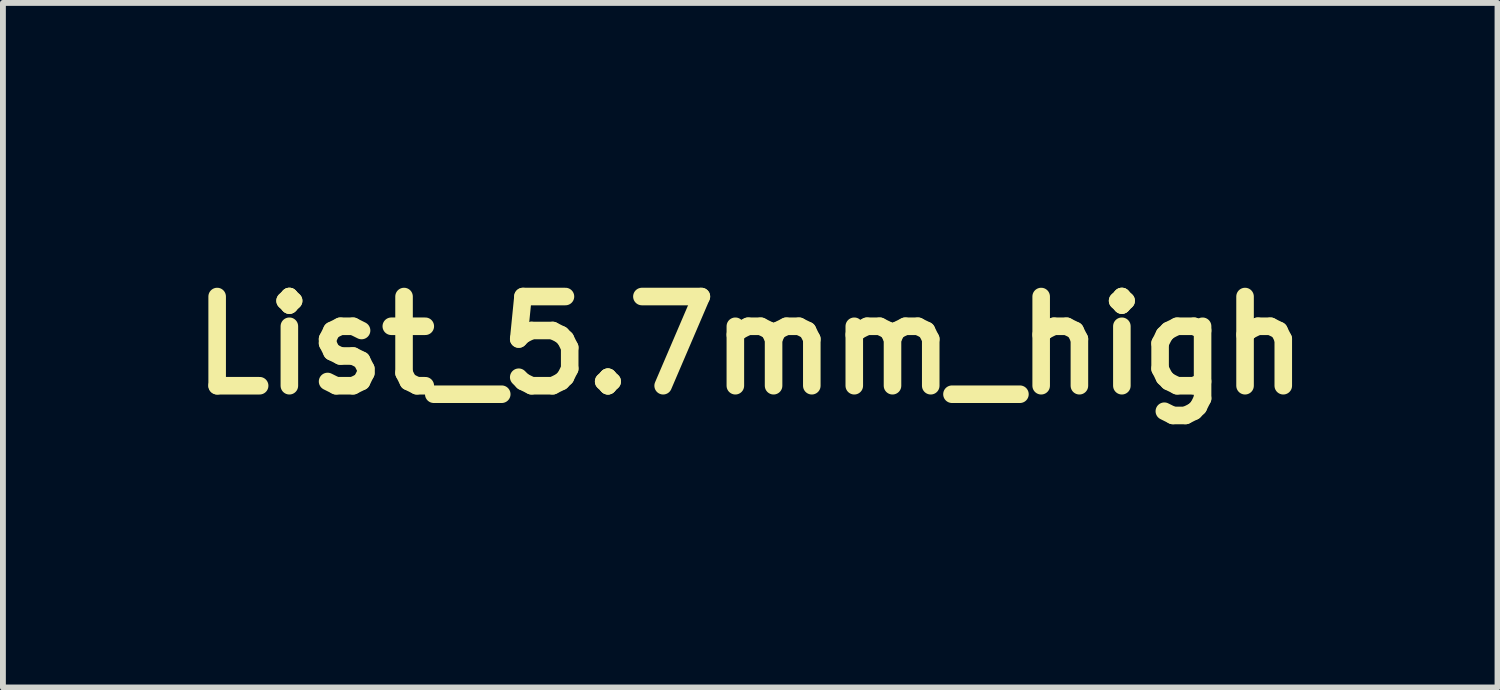
<source format=kicad_pcb>
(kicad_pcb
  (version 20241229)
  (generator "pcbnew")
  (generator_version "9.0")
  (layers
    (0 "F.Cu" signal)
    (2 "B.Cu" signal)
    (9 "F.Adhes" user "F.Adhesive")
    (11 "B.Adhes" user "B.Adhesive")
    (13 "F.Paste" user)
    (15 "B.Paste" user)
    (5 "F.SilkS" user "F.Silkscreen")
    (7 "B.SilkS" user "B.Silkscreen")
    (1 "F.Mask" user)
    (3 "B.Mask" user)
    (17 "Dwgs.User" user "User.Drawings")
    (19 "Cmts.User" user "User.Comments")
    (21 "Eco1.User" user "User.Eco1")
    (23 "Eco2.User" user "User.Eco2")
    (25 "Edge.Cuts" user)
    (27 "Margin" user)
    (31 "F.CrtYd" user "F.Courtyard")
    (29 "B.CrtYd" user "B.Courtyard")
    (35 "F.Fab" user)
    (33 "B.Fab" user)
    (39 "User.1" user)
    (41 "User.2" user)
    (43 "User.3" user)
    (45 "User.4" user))
  (footprint "List_5.7mm_high"
    (layer "F.Cu")
    (at 9.768 2.851)
    (property "Reference" "List_5.7mm_high" (at 0 0 0) (layer "F.SilkS") (effects (font (size 1.524 1.524) (thickness 0.3))))
    (attr board_only exclude_from_pos_files exclude_from_bom)
    (fp_poly (pts (xy -0.703 -2.84) (xy -0.577 -2.806) (xy -0.464 -2.753) (xy -0.366 -2.682) (xy -0.287 -2.596) (xy -0.229 -2.496) (xy -0.195 -2.385) (xy -0.191 -2.363) (xy -0.187 -2.229) (xy -0.209 -2.103) (xy -0.257 -1.988) (xy -0.328 -1.886) (xy -0.421 -1.798) (xy -0.534 -1.728) (xy -0.666 -1.678) (xy -0.687 -1.672) (xy -0.769 -1.658) (xy -0.865 -1.652) (xy -0.965 -1.654) (xy -1.055 -1.664) (xy -1.098 -1.673) (xy -1.222 -1.72) (xy -1.331 -1.789) (xy -1.423 -1.877) (xy -1.494 -1.98) (xy -1.5 -1.993) (xy -1.519 -2.035) (xy -1.531 -2.071) (xy -1.538 -2.111) (xy -1.541 -2.164) (xy -1.541 -2.229) (xy -1.541 -2.3) (xy -1.537 -2.351) (xy -1.53 -2.391) (xy -1.517 -2.43) (xy -1.497 -2.475) (xy -1.428 -2.587) (xy -1.338 -2.681) (xy -1.229 -2.756) (xy -1.104 -2.81) (xy -0.965 -2.842) (xy -0.839 -2.851)) (stroke (width 0) (type solid)) (fill yes) (layer "F.Mask"))
    (fp_poly (pts (xy -0.94 -1.056) (xy -0.807 -1.055) (xy -0.701 -1.054) (xy -0.619 -1.052) (xy -0.561 -1.049) (xy -0.524 -1.046) (xy -0.508 -1.042) (xy -0.507 -1.04) (xy -0.509 -1.024) (xy -0.518 -0.982) (xy -0.532 -0.915) (xy -0.55 -0.826) (xy -0.573 -0.717) (xy -0.6 -0.589) (xy -0.63 -0.446) (xy -0.663 -0.289) (xy -0.699 -0.119) (xy -0.736 0.06) (xy -0.775 0.244) (xy -0.825 0.479) (xy -0.869 0.687) (xy -0.907 0.87) (xy -0.94 1.03) (xy -0.968 1.169) (xy -0.992 1.288) (xy -1.011 1.389) (xy -1.025 1.475) (xy -1.036 1.545) (xy -1.043 1.604) (xy -1.047 1.651) (xy -1.048 1.689) (xy -1.046 1.719) (xy -1.041 1.744) (xy -1.035 1.765) (xy -1.026 1.783) (xy -1.02 1.793) (xy -0.974 1.845) (xy -0.905 1.883) (xy -0.818 1.905) (xy -0.716 1.911) (xy -0.603 1.9) (xy -0.52 1.883) (xy -0.465 1.87) (xy -0.422 1.862) (xy -0.396 1.859) (xy -0.393 1.86) (xy -0.394 1.875) (xy -0.4 1.915) (xy -0.411 1.974) (xy -0.426 2.049) (xy -0.443 2.135) (xy -0.463 2.228) (xy -0.483 2.324) (xy -0.503 2.419) (xy -0.522 2.507) (xy -0.54 2.586) (xy -0.555 2.651) (xy -0.567 2.697) (xy -0.574 2.721) (xy -0.575 2.723) (xy -0.595 2.731) (xy -0.638 2.743) (xy -0.699 2.756) (xy -0.773 2.771) (xy -0.853 2.786) (xy -0.935 2.799) (xy -1.013 2.811) (xy -1.082 2.82) (xy -1.098 2.822) (xy -1.292 2.834) (xy -1.463 2.829) (xy -1.541 2.821) (xy -1.673 2.792) (xy -1.802 2.744) (xy -1.919 2.682) (xy -2.018 2.608) (xy -2.05 2.578) (xy -2.126 2.487) (xy -2.183 2.386) (xy -2.224 2.274) (xy -2.25 2.145) (xy -2.261 1.995) (xy -2.262 1.932) (xy -2.261 1.85) (xy -2.257 1.768) (xy -2.249 1.681) (xy -2.238 1.587) (xy -2.223 1.483) (xy -2.203 1.364) (xy -2.178 1.228) (xy -2.146 1.072) (xy -2.109 0.892) (xy -2.098 0.839) (xy -2.041 0.569) (xy -1.99 0.326) (xy -1.944 0.109) (xy -1.903 -0.085) (xy -1.867 -0.255) (xy -1.836 -0.404) (xy -1.808 -0.533) (xy -1.785 -0.642) (xy -1.765 -0.735) (xy -1.749 -0.811) (xy -1.736 -0.873) (xy -1.725 -0.921) (xy -1.717 -0.957) (xy -1.711 -0.983) (xy -1.707 -0.999) (xy -1.707 -1.002) (xy -1.692 -1.057) (xy -1.099 -1.057)) (stroke (width 0) (type solid)) (fill yes) (layer "F.Mask"))
    (fp_poly (pts (xy -4.415 -2.576) (xy -4.295 -2.575) (xy -4.187 -2.574) (xy -4.095 -2.572) (xy -4.021 -2.571) (xy -3.969 -2.568) (xy -3.941 -2.566) (xy -3.937 -2.565) (xy -3.94 -2.55) (xy -3.948 -2.508) (xy -3.962 -2.44) (xy -3.981 -2.35) (xy -4.005 -2.237) (xy -4.033 -2.103) (xy -4.065 -1.95) (xy -4.101 -1.78) (xy -4.141 -1.594) (xy -4.183 -1.394) (xy -4.228 -1.181) (xy -4.276 -0.957) (xy -4.325 -0.723) (xy -4.377 -0.48) (xy -4.393 -0.406) (xy -4.444 -0.161) (xy -4.495 0.075) (xy -4.543 0.303) (xy -4.589 0.52) (xy -4.632 0.724) (xy -4.672 0.915) (xy -4.709 1.09) (xy -4.743 1.248) (xy -4.772 1.387) (xy -4.797 1.506) (xy -4.818 1.604) (xy -4.833 1.679) (xy -4.843 1.729) (xy -4.848 1.752) (xy -4.848 1.754) (xy -4.834 1.756) (xy -4.794 1.758) (xy -4.729 1.759) (xy -4.642 1.761) (xy -4.536 1.763) (xy -4.412 1.764) (xy -4.274 1.765) (xy -4.123 1.765) (xy -3.963 1.766) (xy -3.872 1.766) (xy -3.679 1.766) (xy -3.513 1.766) (xy -3.372 1.766) (xy -3.255 1.767) (xy -3.158 1.768) (xy -3.08 1.769) (xy -3.018 1.77) (xy -2.972 1.772) (xy -2.939 1.774) (xy -2.917 1.777) (xy -2.903 1.781) (xy -2.896 1.785) (xy -2.895 1.789) (xy -2.895 1.789) (xy -2.897 1.808) (xy -2.905 1.851) (xy -2.918 1.914) (xy -2.934 1.993) (xy -2.952 2.083) (xy -2.972 2.181) (xy -2.993 2.283) (xy -3.014 2.383) (xy -3.034 2.479) (xy -3.053 2.566) (xy -3.069 2.64) (xy -3.081 2.696) (xy -3.089 2.731) (xy -3.091 2.739) (xy -3.094 2.743) (xy -3.099 2.746) (xy -3.11 2.75) (xy -3.127 2.752) (xy -3.152 2.755) (xy -3.186 2.757) (xy -3.232 2.758) (xy -3.291 2.76) (xy -3.364 2.761) (xy -3.453 2.762) (xy -3.56 2.763) (xy -3.686 2.763) (xy -3.832 2.764) (xy -4.002 2.764) (xy -4.195 2.764) (xy -4.413 2.764) (xy -4.659 2.764) (xy -4.69 2.764) (xy -4.902 2.764) (xy -5.106 2.764) (xy -5.299 2.764) (xy -5.481 2.763) (xy -5.649 2.763) (xy -5.801 2.762) (xy -5.935 2.761) (xy -6.051 2.76) (xy -6.145 2.759) (xy -6.216 2.758) (xy -6.262 2.757) (xy -6.281 2.756) (xy -6.281 2.756) (xy -6.278 2.741) (xy -6.27 2.699) (xy -6.255 2.632) (xy -6.236 2.54) (xy -6.212 2.426) (xy -6.183 2.291) (xy -6.15 2.135) (xy -6.114 1.961) (xy -6.073 1.77) (xy -6.029 1.563) (xy -5.982 1.341) (xy -5.932 1.107) (xy -5.88 0.861) (xy -5.826 0.604) (xy -5.769 0.339) (xy -5.717 0.093) (xy -5.659 -0.179) (xy -5.603 -0.444) (xy -5.548 -0.699) (xy -5.496 -0.944) (xy -5.447 -1.178) (xy -5.4 -1.398) (xy -5.357 -1.603) (xy -5.316 -1.793) (xy -5.28 -1.965) (xy -5.247 -2.119) (xy -5.219 -2.252) (xy -5.195 -2.364) (xy -5.177 -2.453) (xy -5.163 -2.518) (xy -5.155 -2.557) (xy -5.152 -2.569) (xy -5.138 -2.571) (xy -5.098 -2.572) (xy -5.036 -2.573) (xy -4.953 -2.574) (xy -4.853 -2.575) (xy -4.739 -2.576) (xy -4.614 -2.576) (xy -4.545 -2.576)) (stroke (width 0) (type solid)) (fill yes) (layer "F.Mask"))
    (fp_poly (pts (xy 2.012 -1.136) (xy 2.172 -1.134) (xy 2.311 -1.129) (xy 2.435 -1.121) (xy 2.551 -1.107) (xy 2.665 -1.088) (xy 2.786 -1.063) (xy 2.895 -1.037) (xy 2.97 -1.017) (xy 3.021 -1.003) (xy 3.052 -0.991) (xy 3.068 -0.98) (xy 3.073 -0.968) (xy 3.073 -0.962) (xy 3.069 -0.928) (xy 3.059 -0.873) (xy 3.046 -0.802) (xy 3.029 -0.719) (xy 3.01 -0.628) (xy 2.99 -0.533) (xy 2.969 -0.438) (xy 2.949 -0.348) (xy 2.93 -0.266) (xy 2.914 -0.197) (xy 2.9 -0.145) (xy 2.891 -0.114) (xy 2.887 -0.107) (xy 2.671 -0.195) (xy 2.466 -0.261) (xy 2.275 -0.305) (xy 2.099 -0.328) (xy 1.94 -0.329) (xy 1.808 -0.31) (xy 1.704 -0.274) (xy 1.622 -0.22) (xy 1.561 -0.146) (xy 1.552 -0.13) (xy 1.533 -0.089) (xy 1.523 -0.05) (xy 1.521 -0.000391) (xy 1.522 0.039) (xy 1.527 0.1) (xy 1.537 0.144) (xy 1.555 0.181) (xy 1.571 0.205) (xy 1.606 0.246) (xy 1.658 0.291) (xy 1.728 0.341) (xy 1.819 0.398) (xy 1.933 0.463) (xy 2.035 0.518) (xy 2.153 0.581) (xy 2.249 0.636) (xy 2.329 0.686) (xy 2.397 0.734) (xy 2.458 0.783) (xy 2.518 0.837) (xy 2.55 0.869) (xy 2.652 0.99) (xy 2.73 1.121) (xy 2.783 1.265) (xy 2.813 1.423) (xy 2.819 1.598) (xy 2.818 1.635) (xy 2.809 1.754) (xy 2.792 1.856) (xy 2.766 1.95) (xy 2.727 2.047) (xy 2.706 2.091) (xy 2.619 2.24) (xy 2.506 2.375) (xy 2.369 2.495) (xy 2.209 2.599) (xy 2.025 2.687) (xy 1.896 2.735) (xy 1.77 2.772) (xy 1.642 2.801) (xy 1.507 2.822) (xy 1.357 2.836) (xy 1.188 2.843) (xy 1.129 2.844) (xy 1.035 2.845) (xy 0.948 2.845) (xy 0.872 2.845) (xy 0.813 2.844) (xy 0.777 2.842) (xy 0.774 2.842) (xy 0.646 2.827) (xy 0.512 2.807) (xy 0.379 2.785) (xy 0.251 2.76) (xy 0.134 2.733) (xy 0.032 2.707) (xy -0.048 2.682) (xy -0.077 2.671) (xy -0.114 2.651) (xy -0.126 2.631) (xy -0.125 2.623) (xy -0.12 2.603) (xy -0.111 2.558) (xy -0.098 2.492) (xy -0.081 2.41) (xy -0.063 2.314) (xy -0.042 2.208) (xy -0.036 2.177) (xy 0.046 1.756) (xy 0.226 1.833) (xy 0.421 1.909) (xy 0.614 1.969) (xy 0.801 2.012) (xy 0.979 2.038) (xy 1.145 2.047) (xy 1.296 2.038) (xy 1.429 2.01) (xy 1.447 2.005) (xy 1.537 1.961) (xy 1.608 1.899) (xy 1.656 1.821) (xy 1.68 1.73) (xy 1.682 1.691) (xy 1.677 1.622) (xy 1.659 1.56) (xy 1.628 1.502) (xy 1.579 1.446) (xy 1.512 1.389) (xy 1.423 1.33) (xy 1.311 1.266) (xy 1.224 1.22) (xy 1.08 1.144) (xy 0.959 1.076) (xy 0.857 1.012) (xy 0.771 0.949) (xy 0.695 0.886) (xy 0.626 0.819) (xy 0.617 0.81) (xy 0.512 0.678) (xy 0.433 0.534) (xy 0.38 0.38) (xy 0.353 0.216) (xy 0.353 0.045) (xy 0.38 -0.132) (xy 0.419 -0.27) (xy 0.462 -0.381) (xy 0.514 -0.48) (xy 0.581 -0.574) (xy 0.666 -0.671) (xy 0.804 -0.798) (xy 0.961 -0.906) (xy 1.138 -0.994) (xy 1.337 -1.064) (xy 1.527 -1.11) (xy 1.577 -1.119) (xy 1.631 -1.126) (xy 1.694 -1.13) (xy 1.769 -1.133) (xy 1.863 -1.135) (xy 1.98 -1.136)) (stroke (width 0) (type solid)) (fill yes) (layer "F.Mask"))
    (fp_poly (pts (xy 5.625 -2.23) (xy 5.623 -2.202) (xy 5.617 -2.154) (xy 5.605 -2.084) (xy 5.587 -1.991) (xy 5.563 -1.874) (xy 5.534 -1.73) (xy 5.52 -1.664) (xy 5.494 -1.539) (xy 5.47 -1.423) (xy 5.448 -1.318) (xy 5.429 -1.228) (xy 5.415 -1.156) (xy 5.405 -1.105) (xy 5.4 -1.078) (xy 5.399 -1.075) (xy 5.405 -1.069) (xy 5.425 -1.065) (xy 5.461 -1.062) (xy 5.516 -1.059) (xy 5.592 -1.058) (xy 5.691 -1.057) (xy 5.817 -1.057) (xy 5.847 -1.057) (xy 5.958 -1.056) (xy 6.058 -1.056) (xy 6.146 -1.055) (xy 6.216 -1.054) (xy 6.266 -1.053) (xy 6.293 -1.052) (xy 6.296 -1.051) (xy 6.293 -1.036) (xy 6.284 -0.996) (xy 6.27 -0.938) (xy 6.253 -0.864) (xy 6.233 -0.778) (xy 6.212 -0.686) (xy 6.189 -0.592) (xy 6.168 -0.5) (xy 6.147 -0.413) (xy 6.129 -0.337) (xy 6.114 -0.275) (xy 6.104 -0.233) (xy 6.099 -0.214) (xy 6.095 -0.207) (xy 6.085 -0.201) (xy 6.067 -0.196) (xy 6.038 -0.193) (xy 5.994 -0.19) (xy 5.932 -0.188) (xy 5.85 -0.187) (xy 5.744 -0.186) (xy 5.647 -0.185) (xy 5.203 -0.181) (xy 5.048 0.543) (xy 5.003 0.75) (xy 4.965 0.932) (xy 4.933 1.089) (xy 4.906 1.224) (xy 4.883 1.338) (xy 4.866 1.433) (xy 4.853 1.512) (xy 4.844 1.576) (xy 4.839 1.627) (xy 4.837 1.667) (xy 4.838 1.698) (xy 4.84 1.709) (xy 4.861 1.788) (xy 4.899 1.848) (xy 4.957 1.89) (xy 5.038 1.919) (xy 5.069 1.926) (xy 5.14 1.931) (xy 5.233 1.924) (xy 5.342 1.905) (xy 5.462 1.877) (xy 5.527 1.858) (xy 5.581 1.842) (xy 5.624 1.831) (xy 5.648 1.826) (xy 5.652 1.826) (xy 5.65 1.841) (xy 5.643 1.881) (xy 5.631 1.941) (xy 5.615 2.02) (xy 5.597 2.113) (xy 5.575 2.217) (xy 5.566 2.258) (xy 5.541 2.381) (xy 5.52 2.48) (xy 5.503 2.556) (xy 5.487 2.614) (xy 5.47 2.657) (xy 5.45 2.687) (xy 5.426 2.708) (xy 5.396 2.722) (xy 5.357 2.734) (xy 5.308 2.746) (xy 5.262 2.757) (xy 5.109 2.791) (xy 4.948 2.817) (xy 4.786 2.834) (xy 4.632 2.843) (xy 4.492 2.841) (xy 4.421 2.836) (xy 4.253 2.806) (xy 4.103 2.755) (xy 3.972 2.683) (xy 3.862 2.592) (xy 3.772 2.481) (xy 3.704 2.351) (xy 3.669 2.25) (xy 3.654 2.174) (xy 3.643 2.078) (xy 3.637 1.971) (xy 3.636 1.86) (xy 3.639 1.755) (xy 3.645 1.691) (xy 3.65 1.659) (xy 3.66 1.603) (xy 3.675 1.524) (xy 3.694 1.426) (xy 3.716 1.312) (xy 3.741 1.186) (xy 3.768 1.05) (xy 3.797 0.908) (xy 3.826 0.763) (xy 3.856 0.618) (xy 3.885 0.476) (xy 3.913 0.34) (xy 3.939 0.214) (xy 3.963 0.1) (xy 3.983 0.001) (xy 4.001 -0.078) (xy 4.014 -0.135) (xy 4.018 -0.156) (xy 4.027 -0.188) (xy 3.736 -0.188) (xy 3.632 -0.189) (xy 3.554 -0.19) (xy 3.499 -0.192) (xy 3.465 -0.196) (xy 3.448 -0.202) (xy 3.445 -0.206) (xy 3.448 -0.224) (xy 3.457 -0.267) (xy 3.472 -0.331) (xy 3.49 -0.411) (xy 3.512 -0.505) (xy 3.537 -0.609) (xy 3.544 -0.637) (xy 3.643 -1.049) (xy 3.925 -1.053) (xy 4.206 -1.057) (xy 4.303 -1.5) (xy 4.327 -1.609) (xy 4.349 -1.709) (xy 4.368 -1.795) (xy 4.384 -1.865) (xy 4.395 -1.916) (xy 4.402 -1.943) (xy 4.403 -1.947) (xy 4.419 -1.952) (xy 4.459 -1.963) (xy 4.521 -1.979) (xy 4.6 -1.998) (xy 4.693 -2.021) (xy 4.796 -2.047) (xy 4.906 -2.073) (xy 5.02 -2.101) (xy 5.133 -2.128) (xy 5.243 -2.154) (xy 5.345 -2.178) (xy 5.436 -2.2) (xy 5.513 -2.217) (xy 5.572 -2.231) (xy 5.61 -2.239) (xy 5.622 -2.24)) (stroke (width 0) (type solid)) (fill yes) (layer "F.Mask")))
  (gr_rect
    (start -3 -3)
    (end 22.536 8.696)
    (stroke (width 0.1) (type default))
    (fill no)
    (layer "Edge.Cuts")))
</source>
